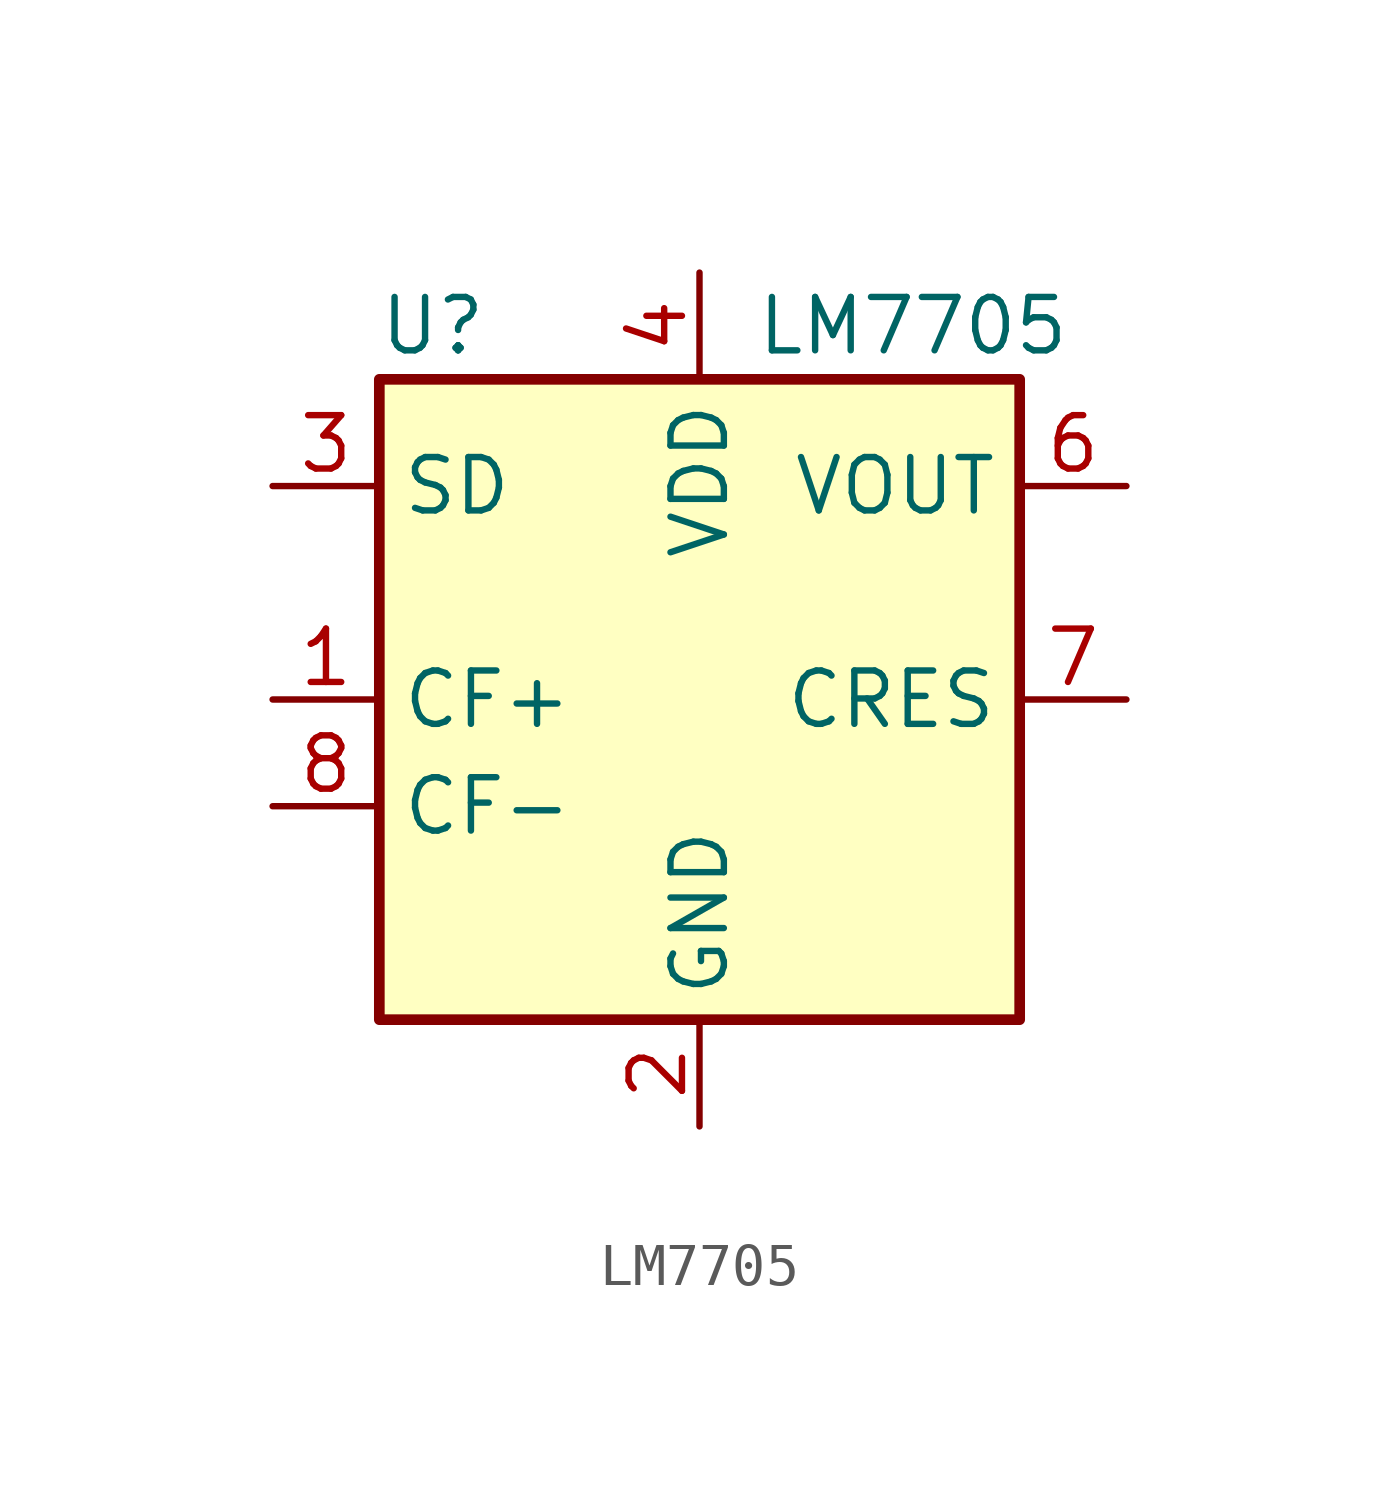
<source format=kicad_sym>
(kicad_symbol_lib
  (version 20201005)
  (generator kicad_symbol_editor)
  (symbol "LM7705"
    (property "Reference" "U"
      (at -6.35 8.89 0)
      (effects (font (size 1.27 1.27))))
    (property "Value" "LM7705"
      (at 5.08 8.89 0)
      (effects (font (size 1.27 1.27))))
    (symbol "LM7705_0_1"
      (rectangle (start -7.62 7.62) (end 7.62 -7.62) (stroke (width 0.254)) (fill (type background))))
    (symbol "LM7705_1_1"
      (pin passive line (at -10.16 0 0) (length 2.54) (name "CF+" (effects (font (size 1.27 1.27)))) (number "1" (effects (font (size 1.27 1.27)))))
      (pin power_in line (at 0 -10.16 90) (length 2.54) (name "GND" (effects (font (size 1.27 1.27)))) (number "2" (effects (font (size 1.27 1.27)))))
      (pin input line (at -10.16 5.08 0) (length 2.54) (name "SD" (effects (font (size 1.27 1.27)))) (number "3" (effects (font (size 1.27 1.27)))))
      (pin power_in line (at 0 10.16 270) (length 2.54) (name "VDD" (effects (font (size 1.27 1.27)))) (number "4" (effects (font (size 1.27 1.27)))))
      (pin passive line (at 0 -10.16 90) (length 2.54) hide (name "GND" (effects (font (size 1.27 1.27)))) (number "5" (effects (font (size 1.27 1.27)))))
      (pin power_out line (at 10.16 5.08 180) (length 2.54) (name "VOUT" (effects (font (size 1.27 1.27)))) (number "6" (effects (font (size 1.27 1.27)))))
      (pin passive line (at 10.16 0 180) (length 2.54) (name "CRES" (effects (font (size 1.27 1.27)))) (number "7" (effects (font (size 1.27 1.27)))))
      (pin passive line (at -10.16 -2.54 0) (length 2.54) (name "CF-" (effects (font (size 1.27 1.27)))) (number "8" (effects (font (size 1.27 1.27))))))))
</source>
